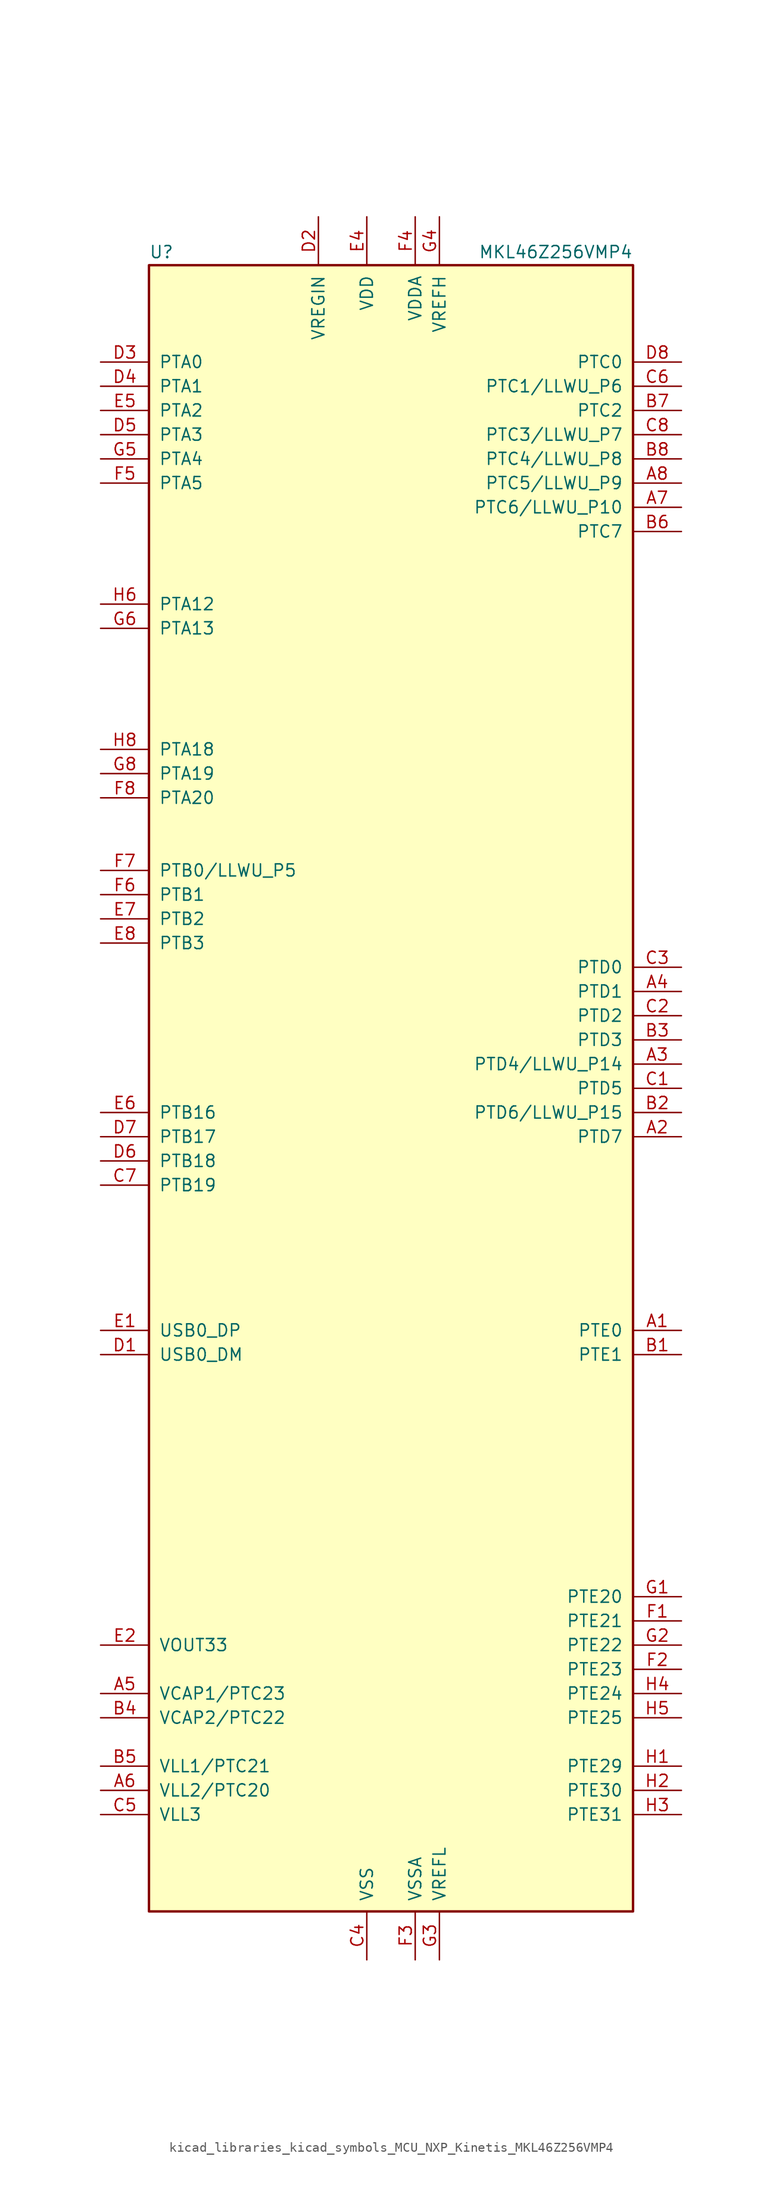
<source format=kicad_sym>
(kicad_symbol_lib
  (version 20220914)
  (generator kicad_symbol_editor)
  (symbol "kicad_libraries_kicad_symbols_MCU_NXP_Kinetis_MKL46Z256VMP4"
    (pin_names
      (offset 1.016))
    (property "Reference" "U"
      (at -25.4 86.995 0)
      (effects (font (size 1.27 1.27)) (justify left bottom)))
    (property "Value" "MKL46Z256VMP4"
      (at 25.4 86.995 0)
      (effects (font (size 1.27 1.27)) (justify right bottom)))
    (symbol "kicad_libraries_kicad_symbols_MCU_NXP_Kinetis_MKL46Z256VMP4_0_1"
      (rectangle (start -25.4 86.36) (end 25.4 -86.36) (stroke (width 0.254) (type default)) (fill (type background))))
    (symbol "kicad_libraries_kicad_symbols_MCU_NXP_Kinetis_MKL46Z256VMP4_1_1"
      (pin bidirectional line (at 30.48 -25.4 180) (length 5.08) (name "PTE0" (effects (font (size 1.27 1.27)))) (number "A1" (effects (font (size 1.27 1.27)))))
      (pin bidirectional line (at 30.48 -5.08 180) (length 5.08) (name "PTD7" (effects (font (size 1.27 1.27)))) (number "A2" (effects (font (size 1.27 1.27)))))
      (pin bidirectional line (at 30.48 2.54 180) (length 5.08) (name "PTD4/LLWU_P14" (effects (font (size 1.27 1.27)))) (number "A3" (effects (font (size 1.27 1.27)))))
      (pin bidirectional line (at 30.48 10.16 180) (length 5.08) (name "PTD1" (effects (font (size 1.27 1.27)))) (number "A4" (effects (font (size 1.27 1.27)))))
      (pin passive line (at -30.48 -63.5 0) (length 5.08) (name "VCAP1/PTC23" (effects (font (size 1.27 1.27)))) (number "A5" (effects (font (size 1.27 1.27)))))
      (pin power_out line (at -30.48 -73.66 0) (length 5.08) (name "VLL2/PTC20" (effects (font (size 1.27 1.27)))) (number "A6" (effects (font (size 1.27 1.27)))))
      (pin bidirectional line (at 30.48 60.96 180) (length 5.08) (name "PTC6/LLWU_P10" (effects (font (size 1.27 1.27)))) (number "A7" (effects (font (size 1.27 1.27)))))
      (pin bidirectional line (at 30.48 63.5 180) (length 5.08) (name "PTC5/LLWU_P9" (effects (font (size 1.27 1.27)))) (number "A8" (effects (font (size 1.27 1.27)))))
      (pin bidirectional line (at 30.48 -27.94 180) (length 5.08) (name "PTE1" (effects (font (size 1.27 1.27)))) (number "B1" (effects (font (size 1.27 1.27)))))
      (pin bidirectional line (at 30.48 -2.54 180) (length 5.08) (name "PTD6/LLWU_P15" (effects (font (size 1.27 1.27)))) (number "B2" (effects (font (size 1.27 1.27)))))
      (pin bidirectional line (at 30.48 5.08 180) (length 5.08) (name "PTD3" (effects (font (size 1.27 1.27)))) (number "B3" (effects (font (size 1.27 1.27)))))
      (pin passive line (at -30.48 -66.04 0) (length 5.08) (name "VCAP2/PTC22" (effects (font (size 1.27 1.27)))) (number "B4" (effects (font (size 1.27 1.27)))))
      (pin power_out line (at -30.48 -71.12 0) (length 5.08) (name "VLL1/PTC21" (effects (font (size 1.27 1.27)))) (number "B5" (effects (font (size 1.27 1.27)))))
      (pin bidirectional line (at 30.48 58.42 180) (length 5.08) (name "PTC7" (effects (font (size 1.27 1.27)))) (number "B6" (effects (font (size 1.27 1.27)))))
      (pin bidirectional line (at 30.48 71.12 180) (length 5.08) (name "PTC2" (effects (font (size 1.27 1.27)))) (number "B7" (effects (font (size 1.27 1.27)))))
      (pin bidirectional line (at 30.48 66.04 180) (length 5.08) (name "PTC4/LLWU_P8" (effects (font (size 1.27 1.27)))) (number "B8" (effects (font (size 1.27 1.27)))))
      (pin bidirectional line (at 30.48 0 180) (length 5.08) (name "PTD5" (effects (font (size 1.27 1.27)))) (number "C1" (effects (font (size 1.27 1.27)))))
      (pin bidirectional line (at 30.48 7.62 180) (length 5.08) (name "PTD2" (effects (font (size 1.27 1.27)))) (number "C2" (effects (font (size 1.27 1.27)))))
      (pin bidirectional line (at 30.48 12.7 180) (length 5.08) (name "PTD0" (effects (font (size 1.27 1.27)))) (number "C3" (effects (font (size 1.27 1.27)))))
      (pin power_in line (at -2.54 -91.44 90) (length 5.08) (name "VSS" (effects (font (size 1.27 1.27)))) (number "C4" (effects (font (size 1.27 1.27)))))
      (pin power_out line (at -30.48 -76.2 0) (length 5.08) (name "VLL3" (effects (font (size 1.27 1.27)))) (number "C5" (effects (font (size 1.27 1.27)))))
      (pin bidirectional line (at 30.48 73.66 180) (length 5.08) (name "PTC1/LLWU_P6" (effects (font (size 1.27 1.27)))) (number "C6" (effects (font (size 1.27 1.27)))))
      (pin bidirectional line (at -30.48 -10.16 0) (length 5.08) (name "PTB19" (effects (font (size 1.27 1.27)))) (number "C7" (effects (font (size 1.27 1.27)))))
      (pin bidirectional line (at 30.48 68.58 180) (length 5.08) (name "PTC3/LLWU_P7" (effects (font (size 1.27 1.27)))) (number "C8" (effects (font (size 1.27 1.27)))))
      (pin bidirectional line (at -30.48 -27.94 0) (length 5.08) (name "USB0_DM" (effects (font (size 1.27 1.27)))) (number "D1" (effects (font (size 1.27 1.27)))))
      (pin power_in line (at -7.62 91.44 270) (length 5.08) (name "VREGIN" (effects (font (size 1.27 1.27)))) (number "D2" (effects (font (size 1.27 1.27)))))
      (pin bidirectional line (at -30.48 76.2 0) (length 5.08) (name "PTA0" (effects (font (size 1.27 1.27)))) (number "D3" (effects (font (size 1.27 1.27)))))
      (pin bidirectional line (at -30.48 73.66 0) (length 5.08) (name "PTA1" (effects (font (size 1.27 1.27)))) (number "D4" (effects (font (size 1.27 1.27)))))
      (pin bidirectional line (at -30.48 68.58 0) (length 5.08) (name "PTA3" (effects (font (size 1.27 1.27)))) (number "D5" (effects (font (size 1.27 1.27)))))
      (pin bidirectional line (at -30.48 -7.62 0) (length 5.08) (name "PTB18" (effects (font (size 1.27 1.27)))) (number "D6" (effects (font (size 1.27 1.27)))))
      (pin bidirectional line (at -30.48 -5.08 0) (length 5.08) (name "PTB17" (effects (font (size 1.27 1.27)))) (number "D7" (effects (font (size 1.27 1.27)))))
      (pin bidirectional line (at 30.48 76.2 180) (length 5.08) (name "PTC0" (effects (font (size 1.27 1.27)))) (number "D8" (effects (font (size 1.27 1.27)))))
      (pin bidirectional line (at -30.48 -25.4 0) (length 5.08) (name "USB0_DP" (effects (font (size 1.27 1.27)))) (number "E1" (effects (font (size 1.27 1.27)))))
      (pin power_out line (at -30.48 -58.42 0) (length 5.08) (name "VOUT33" (effects (font (size 1.27 1.27)))) (number "E2" (effects (font (size 1.27 1.27)))))
      (pin passive line (at -2.54 -91.44 90) (length 5.08) hide (name "VSS" (effects (font (size 1.27 1.27)))) (number "E3" (effects (font (size 1.27 1.27)))))
      (pin power_in line (at -2.54 91.44 270) (length 5.08) (name "VDD" (effects (font (size 1.27 1.27)))) (number "E4" (effects (font (size 1.27 1.27)))))
      (pin bidirectional line (at -30.48 71.12 0) (length 5.08) (name "PTA2" (effects (font (size 1.27 1.27)))) (number "E5" (effects (font (size 1.27 1.27)))))
      (pin bidirectional line (at -30.48 -2.54 0) (length 5.08) (name "PTB16" (effects (font (size 1.27 1.27)))) (number "E6" (effects (font (size 1.27 1.27)))))
      (pin bidirectional line (at -30.48 17.78 0) (length 5.08) (name "PTB2" (effects (font (size 1.27 1.27)))) (number "E7" (effects (font (size 1.27 1.27)))))
      (pin bidirectional line (at -30.48 15.24 0) (length 5.08) (name "PTB3" (effects (font (size 1.27 1.27)))) (number "E8" (effects (font (size 1.27 1.27)))))
      (pin bidirectional line (at 30.48 -55.88 180) (length 5.08) (name "PTE21" (effects (font (size 1.27 1.27)))) (number "F1" (effects (font (size 1.27 1.27)))))
      (pin bidirectional line (at 30.48 -60.96 180) (length 5.08) (name "PTE23" (effects (font (size 1.27 1.27)))) (number "F2" (effects (font (size 1.27 1.27)))))
      (pin power_in line (at 2.54 -91.44 90) (length 5.08) (name "VSSA" (effects (font (size 1.27 1.27)))) (number "F3" (effects (font (size 1.27 1.27)))))
      (pin power_in line (at 2.54 91.44 270) (length 5.08) (name "VDDA" (effects (font (size 1.27 1.27)))) (number "F4" (effects (font (size 1.27 1.27)))))
      (pin bidirectional line (at -30.48 63.5 0) (length 5.08) (name "PTA5" (effects (font (size 1.27 1.27)))) (number "F5" (effects (font (size 1.27 1.27)))))
      (pin bidirectional line (at -30.48 20.32 0) (length 5.08) (name "PTB1" (effects (font (size 1.27 1.27)))) (number "F6" (effects (font (size 1.27 1.27)))))
      (pin bidirectional line (at -30.48 22.86 0) (length 5.08) (name "PTB0/LLWU_P5" (effects (font (size 1.27 1.27)))) (number "F7" (effects (font (size 1.27 1.27)))))
      (pin bidirectional line (at -30.48 30.48 0) (length 5.08) (name "PTA20" (effects (font (size 1.27 1.27)))) (number "F8" (effects (font (size 1.27 1.27)))))
      (pin bidirectional line (at 30.48 -53.34 180) (length 5.08) (name "PTE20" (effects (font (size 1.27 1.27)))) (number "G1" (effects (font (size 1.27 1.27)))))
      (pin bidirectional line (at 30.48 -58.42 180) (length 5.08) (name "PTE22" (effects (font (size 1.27 1.27)))) (number "G2" (effects (font (size 1.27 1.27)))))
      (pin power_in line (at 5.08 -91.44 90) (length 5.08) (name "VREFL" (effects (font (size 1.27 1.27)))) (number "G3" (effects (font (size 1.27 1.27)))))
      (pin power_in line (at 5.08 91.44 270) (length 5.08) (name "VREFH" (effects (font (size 1.27 1.27)))) (number "G4" (effects (font (size 1.27 1.27)))))
      (pin bidirectional line (at -30.48 66.04 0) (length 5.08) (name "PTA4" (effects (font (size 1.27 1.27)))) (number "G5" (effects (font (size 1.27 1.27)))))
      (pin bidirectional line (at -30.48 48.26 0) (length 5.08) (name "PTA13" (effects (font (size 1.27 1.27)))) (number "G6" (effects (font (size 1.27 1.27)))))
      (pin passive line (at -2.54 91.44 270) (length 5.08) hide (name "VDD" (effects (font (size 1.27 1.27)))) (number "G7" (effects (font (size 1.27 1.27)))))
      (pin bidirectional line (at -30.48 33.02 0) (length 5.08) (name "PTA19" (effects (font (size 1.27 1.27)))) (number "G8" (effects (font (size 1.27 1.27)))))
      (pin bidirectional line (at 30.48 -71.12 180) (length 5.08) (name "PTE29" (effects (font (size 1.27 1.27)))) (number "H1" (effects (font (size 1.27 1.27)))))
      (pin bidirectional line (at 30.48 -73.66 180) (length 5.08) (name "PTE30" (effects (font (size 1.27 1.27)))) (number "H2" (effects (font (size 1.27 1.27)))))
      (pin bidirectional line (at 30.48 -76.2 180) (length 5.08) (name "PTE31" (effects (font (size 1.27 1.27)))) (number "H3" (effects (font (size 1.27 1.27)))))
      (pin bidirectional line (at 30.48 -63.5 180) (length 5.08) (name "PTE24" (effects (font (size 1.27 1.27)))) (number "H4" (effects (font (size 1.27 1.27)))))
      (pin bidirectional line (at 30.48 -66.04 180) (length 5.08) (name "PTE25" (effects (font (size 1.27 1.27)))) (number "H5" (effects (font (size 1.27 1.27)))))
      (pin bidirectional line (at -30.48 50.8 0) (length 5.08) (name "PTA12" (effects (font (size 1.27 1.27)))) (number "H6" (effects (font (size 1.27 1.27)))))
      (pin passive line (at -2.54 -91.44 90) (length 5.08) hide (name "VSS" (effects (font (size 1.27 1.27)))) (number "H7" (effects (font (size 1.27 1.27)))))
      (pin bidirectional line (at -30.48 35.56 0) (length 5.08) (name "PTA18" (effects (font (size 1.27 1.27)))) (number "H8" (effects (font (size 1.27 1.27))))))))
</source>
